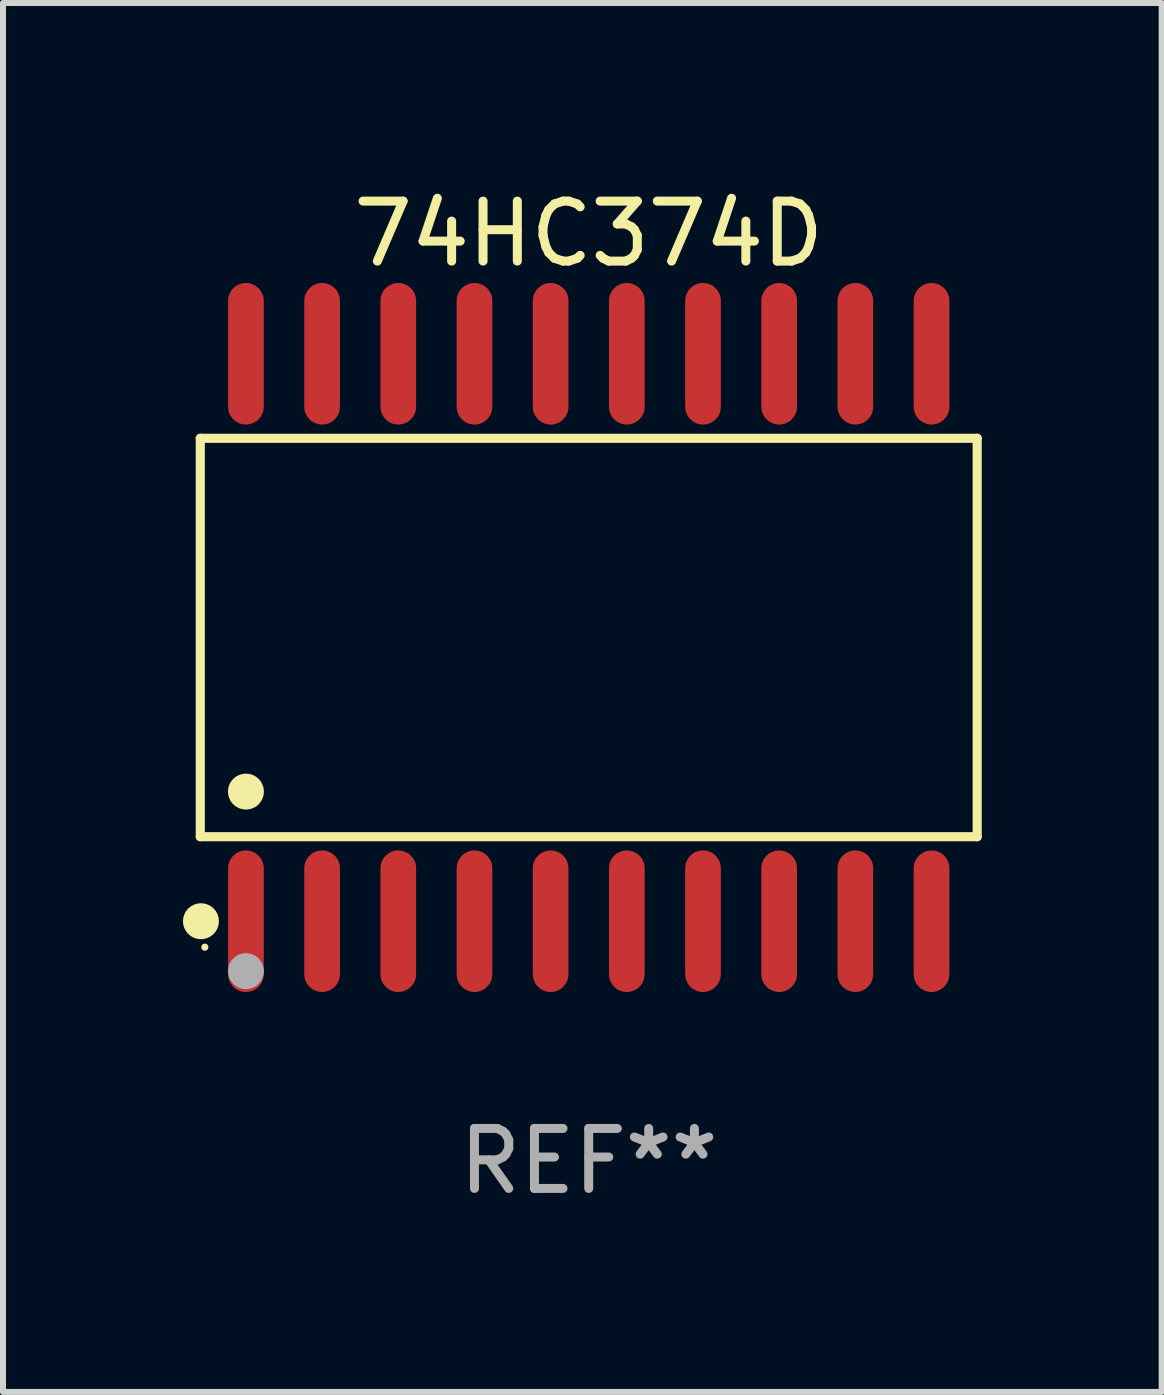
<source format=kicad_pcb>
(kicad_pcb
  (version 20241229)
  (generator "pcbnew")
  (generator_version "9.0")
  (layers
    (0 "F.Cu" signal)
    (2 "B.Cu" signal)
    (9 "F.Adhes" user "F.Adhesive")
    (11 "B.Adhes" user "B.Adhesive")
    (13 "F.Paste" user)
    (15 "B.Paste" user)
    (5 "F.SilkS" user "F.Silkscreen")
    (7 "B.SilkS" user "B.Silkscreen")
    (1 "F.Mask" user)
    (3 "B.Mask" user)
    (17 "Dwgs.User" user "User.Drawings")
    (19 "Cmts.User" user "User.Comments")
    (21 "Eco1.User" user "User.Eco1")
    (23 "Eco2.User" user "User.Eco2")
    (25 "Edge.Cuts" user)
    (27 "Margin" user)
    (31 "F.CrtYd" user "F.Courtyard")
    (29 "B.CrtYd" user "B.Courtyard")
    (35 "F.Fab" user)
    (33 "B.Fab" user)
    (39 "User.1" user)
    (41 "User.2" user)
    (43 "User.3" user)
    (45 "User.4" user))
  (footprint "74HC374D"
    (layer "F.Cu")
    (at 6.765 7.578)
    (property "Reference" "74HC374D" (at 0 -6.73 0) (layer "F.SilkS") (effects (font (size 1 1) (thickness 0.15))))
    (attr through_hole)
    (fp_line (start -6.476 -3.321) (end 6.476 -3.321) (stroke (width 0.152) (type solid)) (layer "F.SilkS"))
    (fp_line (start -6.476 3.321) (end -6.476 -3.321) (stroke (width 0.152) (type solid)) (layer "F.SilkS"))
    (fp_line (start 6.476 -3.321) (end 6.476 3.321) (stroke (width 0.152) (type solid)) (layer "F.SilkS"))
    (fp_line (start 6.476 3.321) (end -6.476 3.321) (stroke (width 0.152) (type solid)) (layer "F.SilkS"))
    (fp_circle (center -6.465 4.73) (end -6.315 4.73) (stroke (width 0.3) (type solid)) (fill no) (layer "F.SilkS"))
    (fp_circle (center -6.4 5.163) (end -6.37 5.163) (stroke (width 0.06) (type solid)) (fill no) (layer "F.SilkS"))
    (fp_circle (center -5.715 2.569) (end -5.565 2.569) (stroke (width 0.3) (type solid)) (fill no) (layer "F.SilkS"))
    (fp_circle (center -5.715 5.563) (end -5.565 5.563) (stroke (width 0.3) (type solid)) (fill no) (layer "F.Fab"))
    (fp_text user "REF**" (at 0 8.73 0) (layer "F.Fab") (effects (font (size 1 1) (thickness 0.15))))
    (pad "1" smd oval (at -5.715 4.73) (size 0.595 2.36) (layers "F.Cu" "F.Mask" "F.Paste"))
    (pad "2" smd oval (at -4.445 4.73) (size 0.595 2.36) (layers "F.Cu" "F.Mask" "F.Paste"))
    (pad "3" smd oval (at -3.175 4.73) (size 0.595 2.36) (layers "F.Cu" "F.Mask" "F.Paste"))
    (pad "4" smd oval (at -1.905 4.73) (size 0.595 2.36) (layers "F.Cu" "F.Mask" "F.Paste"))
    (pad "5" smd oval (at -0.635 4.73) (size 0.595 2.36) (layers "F.Cu" "F.Mask" "F.Paste"))
    (pad "6" smd oval (at 0.635 4.73) (size 0.595 2.36) (layers "F.Cu" "F.Mask" "F.Paste"))
    (pad "7" smd oval (at 1.905 4.73) (size 0.595 2.36) (layers "F.Cu" "F.Mask" "F.Paste"))
    (pad "8" smd oval (at 3.175 4.73) (size 0.595 2.36) (layers "F.Cu" "F.Mask" "F.Paste"))
    (pad "9" smd oval (at 4.445 4.73) (size 0.595 2.36) (layers "F.Cu" "F.Mask" "F.Paste"))
    (pad "10" smd oval (at 5.715 4.73) (size 0.595 2.36) (layers "F.Cu" "F.Mask" "F.Paste"))
    (pad "11" smd oval (at 5.715 -4.73) (size 0.595 2.36) (layers "F.Cu" "F.Mask" "F.Paste"))
    (pad "12" smd oval (at 4.445 -4.73) (size 0.595 2.36) (layers "F.Cu" "F.Mask" "F.Paste"))
    (pad "13" smd oval (at 3.175 -4.73) (size 0.595 2.36) (layers "F.Cu" "F.Mask" "F.Paste"))
    (pad "14" smd oval (at 1.905 -4.73) (size 0.595 2.36) (layers "F.Cu" "F.Mask" "F.Paste"))
    (pad "15" smd oval (at 0.635 -4.73) (size 0.595 2.36) (layers "F.Cu" "F.Mask" "F.Paste"))
    (pad "16" smd oval (at -0.635 -4.73) (size 0.595 2.36) (layers "F.Cu" "F.Mask" "F.Paste"))
    (pad "17" smd oval (at -1.905 -4.73) (size 0.595 2.36) (layers "F.Cu" "F.Mask" "F.Paste"))
    (pad "18" smd oval (at -3.175 -4.73) (size 0.595 2.36) (layers "F.Cu" "F.Mask" "F.Paste"))
    (pad "19" smd oval (at -4.445 -4.73) (size 0.595 2.36) (layers "F.Cu" "F.Mask" "F.Paste"))
    (pad "20" smd oval (at -5.715 -4.73) (size 0.595 2.36) (layers "F.Cu" "F.Mask" "F.Paste")))
  (gr_rect
    (start -3 -3)
    (end 16.317 20.156)
    (stroke (width 0.1) (type default))
    (fill no)
    (layer "Edge.Cuts")))
</source>
